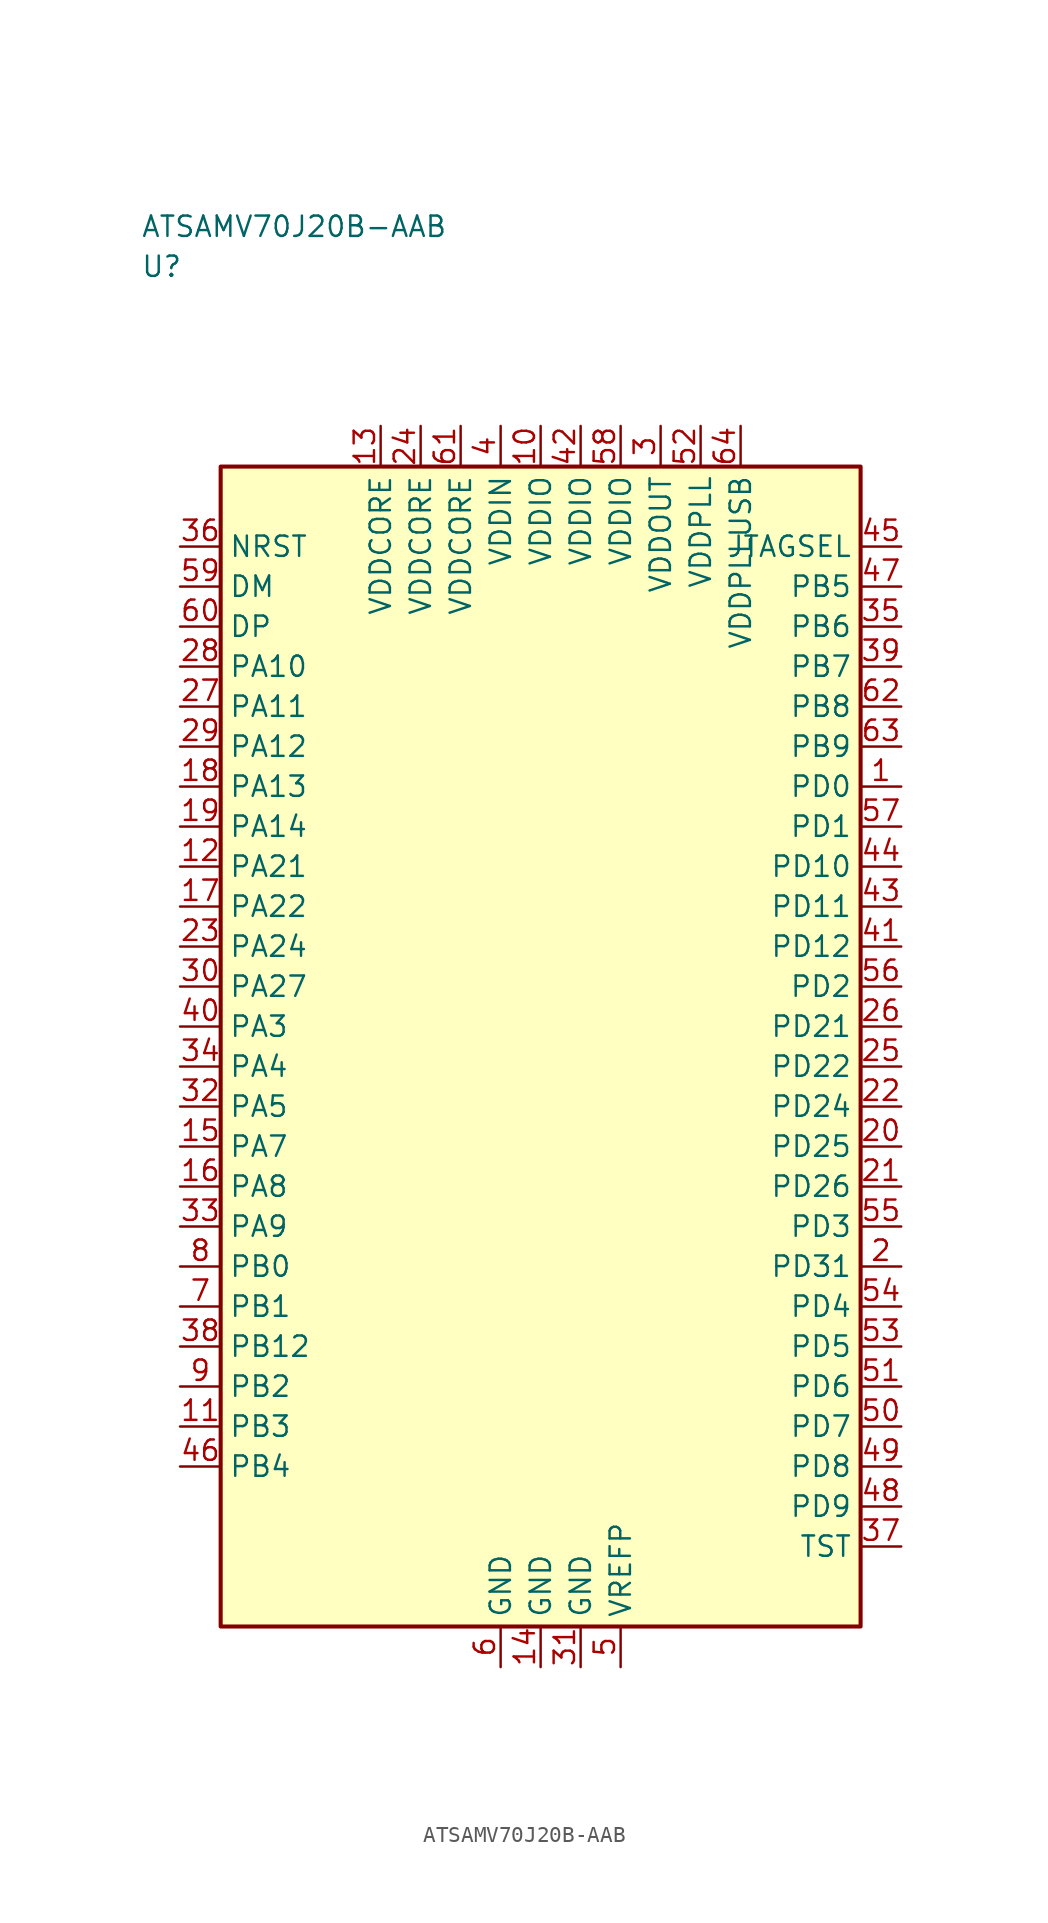
<source format=kicad_sym>
(kicad_symbol_lib
  (version 20241025)
  (generator "kicad_symbol_editor")
  (generator_version "8.0")
  (symbol "ATSAMV70J20B-AAB"
    (property "Reference" "U"
      (at -25.0 48.75 0)
      (effects (font (size 1.27 1.27)) (justify left)))
    (property "Value" "ATSAMV70J20B-AAB"
      (at -25.0 51.25 0)
      (effects (font (size 1.27 1.27)) (justify left)))
    (symbol "ATSAMV70J20B-AAB_0_1"
      (rectangle (start -20.0 36.25) (end 20.0 -36.25) (stroke (width 0.254) (type default)) (fill (type background))))
    (symbol "ATSAMV70J20B-AAB_1_1"
      (pin bidirectional line (at -22.54 1.25 0.0) (length 2.54) (name "PA3" (effects (font (size 1.27 1.27)))) (number "40" (effects (font (size 1.27 1.27)))))
      (pin bidirectional line (at -22.54 -1.25 0.0) (length 2.54) (name "PA4" (effects (font (size 1.27 1.27)))) (number "34" (effects (font (size 1.27 1.27)))))
      (pin bidirectional line (at -22.54 -3.75 0.0) (length 2.54) (name "PA5" (effects (font (size 1.27 1.27)))) (number "32" (effects (font (size 1.27 1.27)))))
      (pin bidirectional line (at -22.54 -6.25 0.0) (length 2.54) (name "PA7" (effects (font (size 1.27 1.27)))) (number "15" (effects (font (size 1.27 1.27)))))
      (pin bidirectional line (at -22.54 -8.75 0.0) (length 2.54) (name "PA8" (effects (font (size 1.27 1.27)))) (number "16" (effects (font (size 1.27 1.27)))))
      (pin bidirectional line (at -22.54 -11.25 0.0) (length 2.54) (name "PA9" (effects (font (size 1.27 1.27)))) (number "33" (effects (font (size 1.27 1.27)))))
      (pin bidirectional line (at -22.54 23.75 0.0) (length 2.54) (name "PA10" (effects (font (size 1.27 1.27)))) (number "28" (effects (font (size 1.27 1.27)))))
      (pin bidirectional line (at -22.54 21.25 0.0) (length 2.54) (name "PA11" (effects (font (size 1.27 1.27)))) (number "27" (effects (font (size 1.27 1.27)))))
      (pin bidirectional line (at -22.54 18.75 0.0) (length 2.54) (name "PA12" (effects (font (size 1.27 1.27)))) (number "29" (effects (font (size 1.27 1.27)))))
      (pin bidirectional line (at -22.54 16.25 0.0) (length 2.54) (name "PA13" (effects (font (size 1.27 1.27)))) (number "18" (effects (font (size 1.27 1.27)))))
      (pin bidirectional line (at -22.54 13.75 0.0) (length 2.54) (name "PA14" (effects (font (size 1.27 1.27)))) (number "19" (effects (font (size 1.27 1.27)))))
      (pin bidirectional line (at -22.54 11.25 0.0) (length 2.54) (name "PA21" (effects (font (size 1.27 1.27)))) (number "12" (effects (font (size 1.27 1.27)))))
      (pin bidirectional line (at -22.54 8.75 0.0) (length 2.54) (name "PA22" (effects (font (size 1.27 1.27)))) (number "17" (effects (font (size 1.27 1.27)))))
      (pin bidirectional line (at -22.54 6.25 0.0) (length 2.54) (name "PA24" (effects (font (size 1.27 1.27)))) (number "23" (effects (font (size 1.27 1.27)))))
      (pin bidirectional line (at -22.54 3.75 0.0) (length 2.54) (name "PA27" (effects (font (size 1.27 1.27)))) (number "30" (effects (font (size 1.27 1.27)))))
      (pin bidirectional line (at -22.54 -13.75 0.0) (length 2.54) (name "PB0" (effects (font (size 1.27 1.27)))) (number "8" (effects (font (size 1.27 1.27)))))
      (pin bidirectional line (at -22.54 -16.25 0.0) (length 2.54) (name "PB1" (effects (font (size 1.27 1.27)))) (number "7" (effects (font (size 1.27 1.27)))))
      (pin bidirectional line (at -22.54 -21.25 0.0) (length 2.54) (name "PB2" (effects (font (size 1.27 1.27)))) (number "9" (effects (font (size 1.27 1.27)))))
      (pin bidirectional line (at -22.54 -23.75 0.0) (length 2.54) (name "PB3" (effects (font (size 1.27 1.27)))) (number "11" (effects (font (size 1.27 1.27)))))
      (pin bidirectional line (at -22.54 -26.25 0.0) (length 2.54) (name "PB4" (effects (font (size 1.27 1.27)))) (number "46" (effects (font (size 1.27 1.27)))))
      (pin bidirectional line (at 22.54 28.75 180.0) (length 2.54) (name "PB5" (effects (font (size 1.27 1.27)))) (number "47" (effects (font (size 1.27 1.27)))))
      (pin bidirectional line (at 22.54 26.25 180.0) (length 2.54) (name "PB6" (effects (font (size 1.27 1.27)))) (number "35" (effects (font (size 1.27 1.27)))))
      (pin bidirectional line (at 22.54 23.75 180.0) (length 2.54) (name "PB7" (effects (font (size 1.27 1.27)))) (number "39" (effects (font (size 1.27 1.27)))))
      (pin bidirectional line (at 22.54 21.25 180.0) (length 2.54) (name "PB8" (effects (font (size 1.27 1.27)))) (number "62" (effects (font (size 1.27 1.27)))))
      (pin bidirectional line (at 22.54 18.75 180.0) (length 2.54) (name "PB9" (effects (font (size 1.27 1.27)))) (number "63" (effects (font (size 1.27 1.27)))))
      (pin bidirectional line (at -22.54 -18.75 0.0) (length 2.54) (name "PB12" (effects (font (size 1.27 1.27)))) (number "38" (effects (font (size 1.27 1.27)))))
      (pin bidirectional line (at 22.54 16.25 180.0) (length 2.54) (name "PD0" (effects (font (size 1.27 1.27)))) (number "1" (effects (font (size 1.27 1.27)))))
      (pin bidirectional line (at 22.54 13.75 180.0) (length 2.54) (name "PD1" (effects (font (size 1.27 1.27)))) (number "57" (effects (font (size 1.27 1.27)))))
      (pin bidirectional line (at 22.54 3.75 180.0) (length 2.54) (name "PD2" (effects (font (size 1.27 1.27)))) (number "56" (effects (font (size 1.27 1.27)))))
      (pin bidirectional line (at 22.54 -11.25 180.0) (length 2.54) (name "PD3" (effects (font (size 1.27 1.27)))) (number "55" (effects (font (size 1.27 1.27)))))
      (pin bidirectional line (at 22.54 -16.25 180.0) (length 2.54) (name "PD4" (effects (font (size 1.27 1.27)))) (number "54" (effects (font (size 1.27 1.27)))))
      (pin bidirectional line (at 22.54 -18.75 180.0) (length 2.54) (name "PD5" (effects (font (size 1.27 1.27)))) (number "53" (effects (font (size 1.27 1.27)))))
      (pin bidirectional line (at 22.54 -21.25 180.0) (length 2.54) (name "PD6" (effects (font (size 1.27 1.27)))) (number "51" (effects (font (size 1.27 1.27)))))
      (pin bidirectional line (at 22.54 -23.75 180.0) (length 2.54) (name "PD7" (effects (font (size 1.27 1.27)))) (number "50" (effects (font (size 1.27 1.27)))))
      (pin bidirectional line (at 22.54 -26.25 180.0) (length 2.54) (name "PD8" (effects (font (size 1.27 1.27)))) (number "49" (effects (font (size 1.27 1.27)))))
      (pin bidirectional line (at 22.54 -28.75 180.0) (length 2.54) (name "PD9" (effects (font (size 1.27 1.27)))) (number "48" (effects (font (size 1.27 1.27)))))
      (pin bidirectional line (at 22.54 11.25 180.0) (length 2.54) (name "PD10" (effects (font (size 1.27 1.27)))) (number "44" (effects (font (size 1.27 1.27)))))
      (pin bidirectional line (at 22.54 8.75 180.0) (length 2.54) (name "PD11" (effects (font (size 1.27 1.27)))) (number "43" (effects (font (size 1.27 1.27)))))
      (pin bidirectional line (at 22.54 6.25 180.0) (length 2.54) (name "PD12" (effects (font (size 1.27 1.27)))) (number "41" (effects (font (size 1.27 1.27)))))
      (pin bidirectional line (at 22.54 1.25 180.0) (length 2.54) (name "PD21" (effects (font (size 1.27 1.27)))) (number "26" (effects (font (size 1.27 1.27)))))
      (pin bidirectional line (at 22.54 -1.25 180.0) (length 2.54) (name "PD22" (effects (font (size 1.27 1.27)))) (number "25" (effects (font (size 1.27 1.27)))))
      (pin bidirectional line (at 22.54 -3.75 180.0) (length 2.54) (name "PD24" (effects (font (size 1.27 1.27)))) (number "22" (effects (font (size 1.27 1.27)))))
      (pin bidirectional line (at 22.54 -6.25 180.0) (length 2.54) (name "PD25" (effects (font (size 1.27 1.27)))) (number "20" (effects (font (size 1.27 1.27)))))
      (pin bidirectional line (at 22.54 -8.75 180.0) (length 2.54) (name "PD26" (effects (font (size 1.27 1.27)))) (number "21" (effects (font (size 1.27 1.27)))))
      (pin bidirectional line (at 22.54 -13.75 180.0) (length 2.54) (name "PD31" (effects (font (size 1.27 1.27)))) (number "2" (effects (font (size 1.27 1.27)))))
      (pin power_in line (at 7.5 38.79 270.0) (length 2.54) (name "VDDOUT" (effects (font (size 1.27 1.27)))) (number "3" (effects (font (size 1.27 1.27)))))
      (pin power_in line (at -2.5 38.79 270.0) (length 2.54) (name "VDDIN" (effects (font (size 1.27 1.27)))) (number "4" (effects (font (size 1.27 1.27)))))
      (pin passive line (at 5.0 -38.79 90.0) (length 2.54) (name "VREFP" (effects (font (size 1.27 1.27)))) (number "5" (effects (font (size 1.27 1.27)))))
      (pin input line (at -22.54 31.25 0.0) (length 2.54) (name "NRST" (effects (font (size 1.27 1.27)))) (number "36" (effects (font (size 1.27 1.27)))))
      (pin bidirectional line (at 22.54 -31.25 180.0) (length 2.54) (name "TST" (effects (font (size 1.27 1.27)))) (number "37" (effects (font (size 1.27 1.27)))))
      (pin power_in line (at 0.0 38.79 270.0) (length 2.54) (name "VDDIO" (effects (font (size 1.27 1.27)))) (number "10" (effects (font (size 1.27 1.27)))))
      (pin power_in line (at 2.5 38.79 270.0) (length 2.54) (name "VDDIO" (effects (font (size 1.27 1.27)))) (number "42" (effects (font (size 1.27 1.27)))))
      (pin power_in line (at 5.0 38.79 270.0) (length 2.54) (name "VDDIO" (effects (font (size 1.27 1.27)))) (number "58" (effects (font (size 1.27 1.27)))))
      (pin output line (at 22.54 31.25 180.0) (length 2.54) (name "JTAGSEL" (effects (font (size 1.27 1.27)))) (number "45" (effects (font (size 1.27 1.27)))))
      (pin power_in line (at -10.0 38.79 270.0) (length 2.54) (name "VDDCORE" (effects (font (size 1.27 1.27)))) (number "13" (effects (font (size 1.27 1.27)))))
      (pin power_in line (at -7.5 38.79 270.0) (length 2.54) (name "VDDCORE" (effects (font (size 1.27 1.27)))) (number "24" (effects (font (size 1.27 1.27)))))
      (pin power_in line (at -5.0 38.79 270.0) (length 2.54) (name "VDDCORE" (effects (font (size 1.27 1.27)))) (number "61" (effects (font (size 1.27 1.27)))))
      (pin power_in line (at 10.0 38.79 270.0) (length 2.54) (name "VDDPLL" (effects (font (size 1.27 1.27)))) (number "52" (effects (font (size 1.27 1.27)))))
      (pin bidirectional line (at -22.54 28.75 0.0) (length 2.54) (name "DM" (effects (font (size 1.27 1.27)))) (number "59" (effects (font (size 1.27 1.27)))))
      (pin bidirectional line (at -22.54 26.25 0.0) (length 2.54) (name "DP" (effects (font (size 1.27 1.27)))) (number "60" (effects (font (size 1.27 1.27)))))
      (pin passive line (at -2.5 -38.79 90.0) (length 2.54) (name "GND" (effects (font (size 1.27 1.27)))) (number "6" (effects (font (size 1.27 1.27)))))
      (pin passive line (at 0.0 -38.79 90.0) (length 2.54) (name "GND" (effects (font (size 1.27 1.27)))) (number "14" (effects (font (size 1.27 1.27)))))
      (pin passive line (at 2.5 -38.79 90.0) (length 2.54) (name "GND" (effects (font (size 1.27 1.27)))) (number "31" (effects (font (size 1.27 1.27)))))
      (pin power_in line (at 12.5 38.79 270.0) (length 2.54) (name "VDDPLLUSB" (effects (font (size 1.27 1.27)))) (number "64" (effects (font (size 1.27 1.27))))))))
</source>
